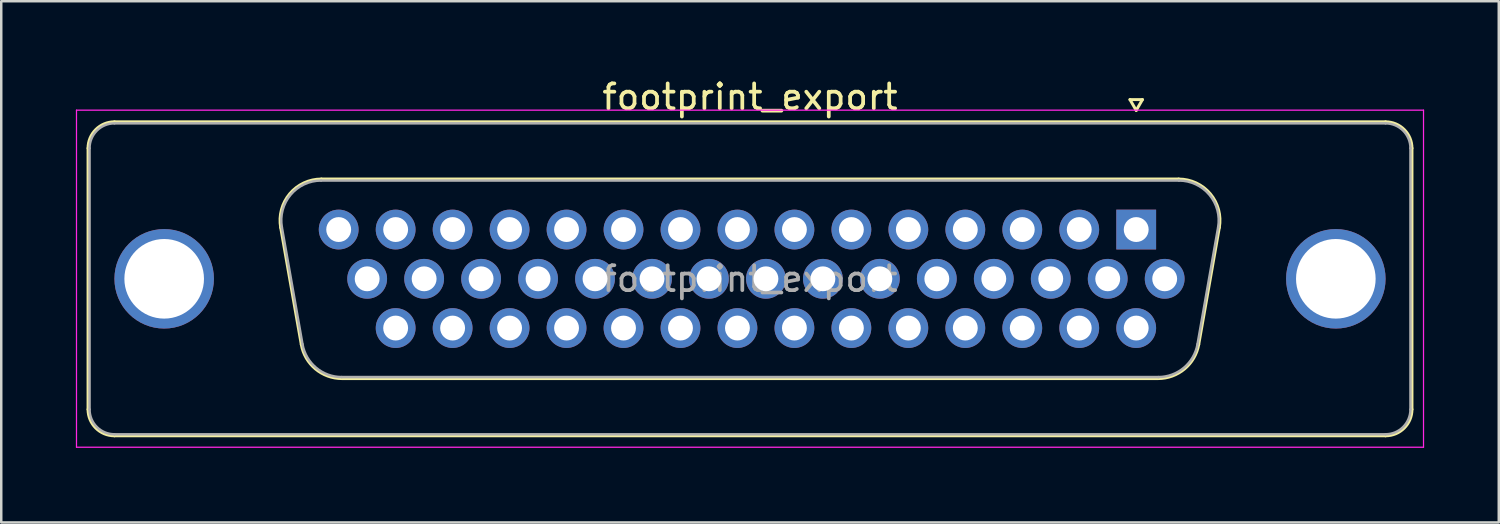
<source format=kicad_pcb>
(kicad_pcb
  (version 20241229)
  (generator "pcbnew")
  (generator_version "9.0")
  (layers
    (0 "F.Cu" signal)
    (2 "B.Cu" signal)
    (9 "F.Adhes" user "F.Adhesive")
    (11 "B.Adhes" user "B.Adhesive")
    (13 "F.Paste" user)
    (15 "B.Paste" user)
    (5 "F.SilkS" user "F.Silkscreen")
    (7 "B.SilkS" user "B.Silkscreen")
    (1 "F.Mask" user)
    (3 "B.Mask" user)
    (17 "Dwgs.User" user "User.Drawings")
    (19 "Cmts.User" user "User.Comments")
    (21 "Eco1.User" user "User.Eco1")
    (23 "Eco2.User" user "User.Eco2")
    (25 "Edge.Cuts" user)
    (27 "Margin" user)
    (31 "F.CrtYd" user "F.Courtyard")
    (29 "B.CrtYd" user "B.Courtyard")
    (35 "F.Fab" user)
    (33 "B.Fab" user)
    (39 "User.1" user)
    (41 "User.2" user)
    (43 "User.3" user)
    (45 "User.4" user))
  (footprint "footprint_export"
    (layer "F.Cu")
    (at 42.625 6.178)
    (property "Reference" "footprint_export" (at -15.525 -5.33 0) (layer "F.SilkS") (effects (font (size 1 1) (thickness 0.15))))
    (attr through_hole)
    (fp_line (start -42.135 7.23) (end -42.135 -3.27) (stroke (width 0.12) (type solid)) (layer "F.SilkS"))
    (fp_line (start -41.075 -4.33) (end 10.025 -4.33) (stroke (width 0.12) (type solid)) (layer "F.SilkS"))
    (fp_line (start -34.391 -0.082) (end -33.563 4.618) (stroke (width 0.12) (type solid)) (layer "F.SilkS"))
    (fp_line (start -32.757 -2.03) (end 1.707 -2.03) (stroke (width 0.12) (type solid)) (layer "F.SilkS"))
    (fp_line (start -31.928 5.99) (end 0.878 5.99) (stroke (width 0.12) (type solid)) (layer "F.SilkS"))
    (fp_line (start -0.25 -5.224) (end 0.25 -5.224) (stroke (width 0.12) (type solid)) (layer "F.SilkS"))
    (fp_line (start 0 -4.791) (end -0.25 -5.224) (stroke (width 0.12) (type solid)) (layer "F.SilkS"))
    (fp_line (start 0.25 -5.224) (end 0 -4.791) (stroke (width 0.12) (type solid)) (layer "F.SilkS"))
    (fp_line (start 3.341 -0.082) (end 2.513 4.618) (stroke (width 0.12) (type solid)) (layer "F.SilkS"))
    (fp_line (start 10.025 8.29) (end -41.075 8.29) (stroke (width 0.12) (type solid)) (layer "F.SilkS"))
    (fp_line (start 11.085 -3.27) (end 11.085 7.23) (stroke (width 0.12) (type solid)) (layer "F.SilkS"))
    (fp_arc (start -42.135 -3.27) (mid -41.824533 -4.019533) (end -41.075 -4.33) (stroke (width 0.12) (type solid)) (layer "F.SilkS"))
    (fp_arc (start -41.075 8.29) (mid -41.824533 7.979533) (end -42.135 7.23) (stroke (width 0.12) (type solid)) (layer "F.SilkS"))
    (fp_arc (start -34.39147 -0.081744) (mid -34.028323 -1.437028) (end -32.756689 -2.03) (stroke (width 0.12) (type solid)) (layer "F.SilkS"))
    (fp_arc (start -31.927952 5.99) (mid -32.994979 5.601634) (end -33.562733 4.618256) (stroke (width 0.12) (type solid)) (layer "F.SilkS"))
    (fp_arc (start 1.706689 -2.03) (mid 2.978323 -1.437027) (end 3.34147 -0.081744) (stroke (width 0.12) (type solid)) (layer "F.SilkS"))
    (fp_arc (start 2.512733 4.618256) (mid 1.94498 5.601634) (end 0.877952 5.99) (stroke (width 0.12) (type solid)) (layer "F.SilkS"))
    (fp_arc (start 10.025 -4.33) (mid 10.774533 -4.019533) (end 11.085 -3.27) (stroke (width 0.12) (type solid)) (layer "F.SilkS"))
    (fp_arc (start 11.085 7.23) (mid 10.774533 7.979533) (end 10.025 8.29) (stroke (width 0.12) (type solid)) (layer "F.SilkS"))
    (fp_line (start -42.6 -4.8) (end -42.6 8.75) (stroke (width 0.05) (type solid)) (layer "F.CrtYd"))
    (fp_line (start -42.6 8.75) (end 11.55 8.75) (stroke (width 0.05) (type solid)) (layer "F.CrtYd"))
    (fp_line (start 11.55 -4.8) (end -42.6 -4.8) (stroke (width 0.05) (type solid)) (layer "F.CrtYd"))
    (fp_line (start 11.55 8.75) (end 11.55 -4.8) (stroke (width 0.05) (type solid)) (layer "F.CrtYd"))
    (fp_line (start -42.075 7.23) (end -42.075 -3.27) (stroke (width 0.1) (type solid)) (layer "F.Fab"))
    (fp_line (start -41.075 -4.27) (end 10.025 -4.27) (stroke (width 0.1) (type solid)) (layer "F.Fab"))
    (fp_line (start -34.344 -0.092) (end -33.515 4.608) (stroke (width 0.1) (type solid)) (layer "F.Fab"))
    (fp_line (start -32.768 -1.97) (end 1.718 -1.97) (stroke (width 0.1) (type solid)) (layer "F.Fab"))
    (fp_line (start -31.939 5.93) (end 0.889 5.93) (stroke (width 0.1) (type solid)) (layer "F.Fab"))
    (fp_line (start 3.294 -0.092) (end 2.465 4.608) (stroke (width 0.1) (type solid)) (layer "F.Fab"))
    (fp_line (start 10.025 8.23) (end -41.075 8.23) (stroke (width 0.1) (type solid)) (layer "F.Fab"))
    (fp_line (start 11.025 -3.27) (end 11.025 7.23) (stroke (width 0.1) (type solid)) (layer "F.Fab"))
    (fp_arc (start -42.075 -3.27) (mid -41.782107 -3.977107) (end -41.075 -4.27) (stroke (width 0.1) (type solid)) (layer "F.Fab"))
    (fp_arc (start -41.075 8.23) (mid -41.782107 7.937107) (end -42.075 7.23) (stroke (width 0.1) (type solid)) (layer "F.Fab"))
    (fp_arc (start -34.343886 -0.092163) (mid -33.993865 -1.39846) (end -32.768194 -1.97) (stroke (width 0.1) (type solid)) (layer "F.Fab"))
    (fp_arc (start -31.939457 5.93) (mid -32.967917 5.555671) (end -33.515149 4.607837) (stroke (width 0.1) (type solid)) (layer "F.Fab"))
    (fp_arc (start 1.718194 -1.97) (mid 2.943865 -1.39846) (end 3.293886 -0.092163) (stroke (width 0.1) (type solid)) (layer "F.Fab"))
    (fp_arc (start 2.465149 4.607837) (mid 1.917917 5.555671) (end 0.889457 5.93) (stroke (width 0.1) (type solid)) (layer "F.Fab"))
    (fp_arc (start 10.025 -4.27) (mid 10.732107 -3.977107) (end 11.025 -3.27) (stroke (width 0.1) (type solid)) (layer "F.Fab"))
    (fp_arc (start 11.025 7.23) (mid 10.732107 7.937107) (end 10.025 8.23) (stroke (width 0.1) (type solid)) (layer "F.Fab"))
    (fp_text user "${REFERENCE}" (at -15.525 1.98 0) (layer "F.Fab") (effects (font (size 1 1) (thickness 0.15))))
    (pad "0" thru_hole circle (at -39.075 1.98) (size 4 4) (drill 3.2) (layers "*.Cu" "*.Mask"))
    (pad "0" thru_hole circle (at 8.025 1.98) (size 4 4) (drill 3.2) (layers "*.Cu" "*.Mask"))
    (pad "1" thru_hole rect (at 0 0) (size 1.6 1.6) (drill 1) (layers "*.Cu" "*.Mask"))
    (pad "2" thru_hole circle (at -2.29 0) (size 1.6 1.6) (drill 1) (layers "*.Cu" "*.Mask"))
    (pad "3" thru_hole circle (at -4.58 0) (size 1.6 1.6) (drill 1) (layers "*.Cu" "*.Mask"))
    (pad "4" thru_hole circle (at -6.87 0) (size 1.6 1.6) (drill 1) (layers "*.Cu" "*.Mask"))
    (pad "5" thru_hole circle (at -9.16 0) (size 1.6 1.6) (drill 1) (layers "*.Cu" "*.Mask"))
    (pad "6" thru_hole circle (at -11.45 0) (size 1.6 1.6) (drill 1) (layers "*.Cu" "*.Mask"))
    (pad "7" thru_hole circle (at -13.74 0) (size 1.6 1.6) (drill 1) (layers "*.Cu" "*.Mask"))
    (pad "8" thru_hole circle (at -16.03 0) (size 1.6 1.6) (drill 1) (layers "*.Cu" "*.Mask"))
    (pad "9" thru_hole circle (at -18.32 0) (size 1.6 1.6) (drill 1) (layers "*.Cu" "*.Mask"))
    (pad "10" thru_hole circle (at -20.61 0) (size 1.6 1.6) (drill 1) (layers "*.Cu" "*.Mask"))
    (pad "11" thru_hole circle (at -22.9 0) (size 1.6 1.6) (drill 1) (layers "*.Cu" "*.Mask"))
    (pad "12" thru_hole circle (at -25.19 0) (size 1.6 1.6) (drill 1) (layers "*.Cu" "*.Mask"))
    (pad "13" thru_hole circle (at -27.48 0) (size 1.6 1.6) (drill 1) (layers "*.Cu" "*.Mask"))
    (pad "14" thru_hole circle (at -29.77 0) (size 1.6 1.6) (drill 1) (layers "*.Cu" "*.Mask"))
    (pad "15" thru_hole circle (at -32.06 0) (size 1.6 1.6) (drill 1) (layers "*.Cu" "*.Mask"))
    (pad "16" thru_hole circle (at 1.145 1.98) (size 1.6 1.6) (drill 1) (layers "*.Cu" "*.Mask"))
    (pad "17" thru_hole circle (at -1.145 1.98) (size 1.6 1.6) (drill 1) (layers "*.Cu" "*.Mask"))
    (pad "18" thru_hole circle (at -3.435 1.98) (size 1.6 1.6) (drill 1) (layers "*.Cu" "*.Mask"))
    (pad "19" thru_hole circle (at -5.725 1.98) (size 1.6 1.6) (drill 1) (layers "*.Cu" "*.Mask"))
    (pad "20" thru_hole circle (at -8.015 1.98) (size 1.6 1.6) (drill 1) (layers "*.Cu" "*.Mask"))
    (pad "21" thru_hole circle (at -10.305 1.98) (size 1.6 1.6) (drill 1) (layers "*.Cu" "*.Mask"))
    (pad "22" thru_hole circle (at -12.595 1.98) (size 1.6 1.6) (drill 1) (layers "*.Cu" "*.Mask"))
    (pad "23" thru_hole circle (at -14.885 1.98) (size 1.6 1.6) (drill 1) (layers "*.Cu" "*.Mask"))
    (pad "24" thru_hole circle (at -17.175 1.98) (size 1.6 1.6) (drill 1) (layers "*.Cu" "*.Mask"))
    (pad "25" thru_hole circle (at -19.465 1.98) (size 1.6 1.6) (drill 1) (layers "*.Cu" "*.Mask"))
    (pad "26" thru_hole circle (at -21.755 1.98) (size 1.6 1.6) (drill 1) (layers "*.Cu" "*.Mask"))
    (pad "27" thru_hole circle (at -24.045 1.98) (size 1.6 1.6) (drill 1) (layers "*.Cu" "*.Mask"))
    (pad "28" thru_hole circle (at -26.335 1.98) (size 1.6 1.6) (drill 1) (layers "*.Cu" "*.Mask"))
    (pad "29" thru_hole circle (at -28.625 1.98) (size 1.6 1.6) (drill 1) (layers "*.Cu" "*.Mask"))
    (pad "30" thru_hole circle (at -30.915 1.98) (size 1.6 1.6) (drill 1) (layers "*.Cu" "*.Mask"))
    (pad "31" thru_hole circle (at 0 3.96) (size 1.6 1.6) (drill 1) (layers "*.Cu" "*.Mask"))
    (pad "32" thru_hole circle (at -2.29 3.96) (size 1.6 1.6) (drill 1) (layers "*.Cu" "*.Mask"))
    (pad "33" thru_hole circle (at -4.58 3.96) (size 1.6 1.6) (drill 1) (layers "*.Cu" "*.Mask"))
    (pad "34" thru_hole circle (at -6.87 3.96) (size 1.6 1.6) (drill 1) (layers "*.Cu" "*.Mask"))
    (pad "35" thru_hole circle (at -9.16 3.96) (size 1.6 1.6) (drill 1) (layers "*.Cu" "*.Mask"))
    (pad "36" thru_hole circle (at -11.45 3.96) (size 1.6 1.6) (drill 1) (layers "*.Cu" "*.Mask"))
    (pad "37" thru_hole circle (at -13.74 3.96) (size 1.6 1.6) (drill 1) (layers "*.Cu" "*.Mask"))
    (pad "38" thru_hole circle (at -16.03 3.96) (size 1.6 1.6) (drill 1) (layers "*.Cu" "*.Mask"))
    (pad "39" thru_hole circle (at -18.32 3.96) (size 1.6 1.6) (drill 1) (layers "*.Cu" "*.Mask"))
    (pad "40" thru_hole circle (at -20.61 3.96) (size 1.6 1.6) (drill 1) (layers "*.Cu" "*.Mask"))
    (pad "41" thru_hole circle (at -22.9 3.96) (size 1.6 1.6) (drill 1) (layers "*.Cu" "*.Mask"))
    (pad "42" thru_hole circle (at -25.19 3.96) (size 1.6 1.6) (drill 1) (layers "*.Cu" "*.Mask"))
    (pad "43" thru_hole circle (at -27.48 3.96) (size 1.6 1.6) (drill 1) (layers "*.Cu" "*.Mask"))
    (pad "44" thru_hole circle (at -29.77 3.96) (size 1.6 1.6) (drill 1) (layers "*.Cu" "*.Mask")))
  (gr_rect
    (start -3 -3)
    (end 57.2 17.953)
    (stroke (width 0.1) (type default))
    (fill no)
    (layer "Edge.Cuts")))
</source>
